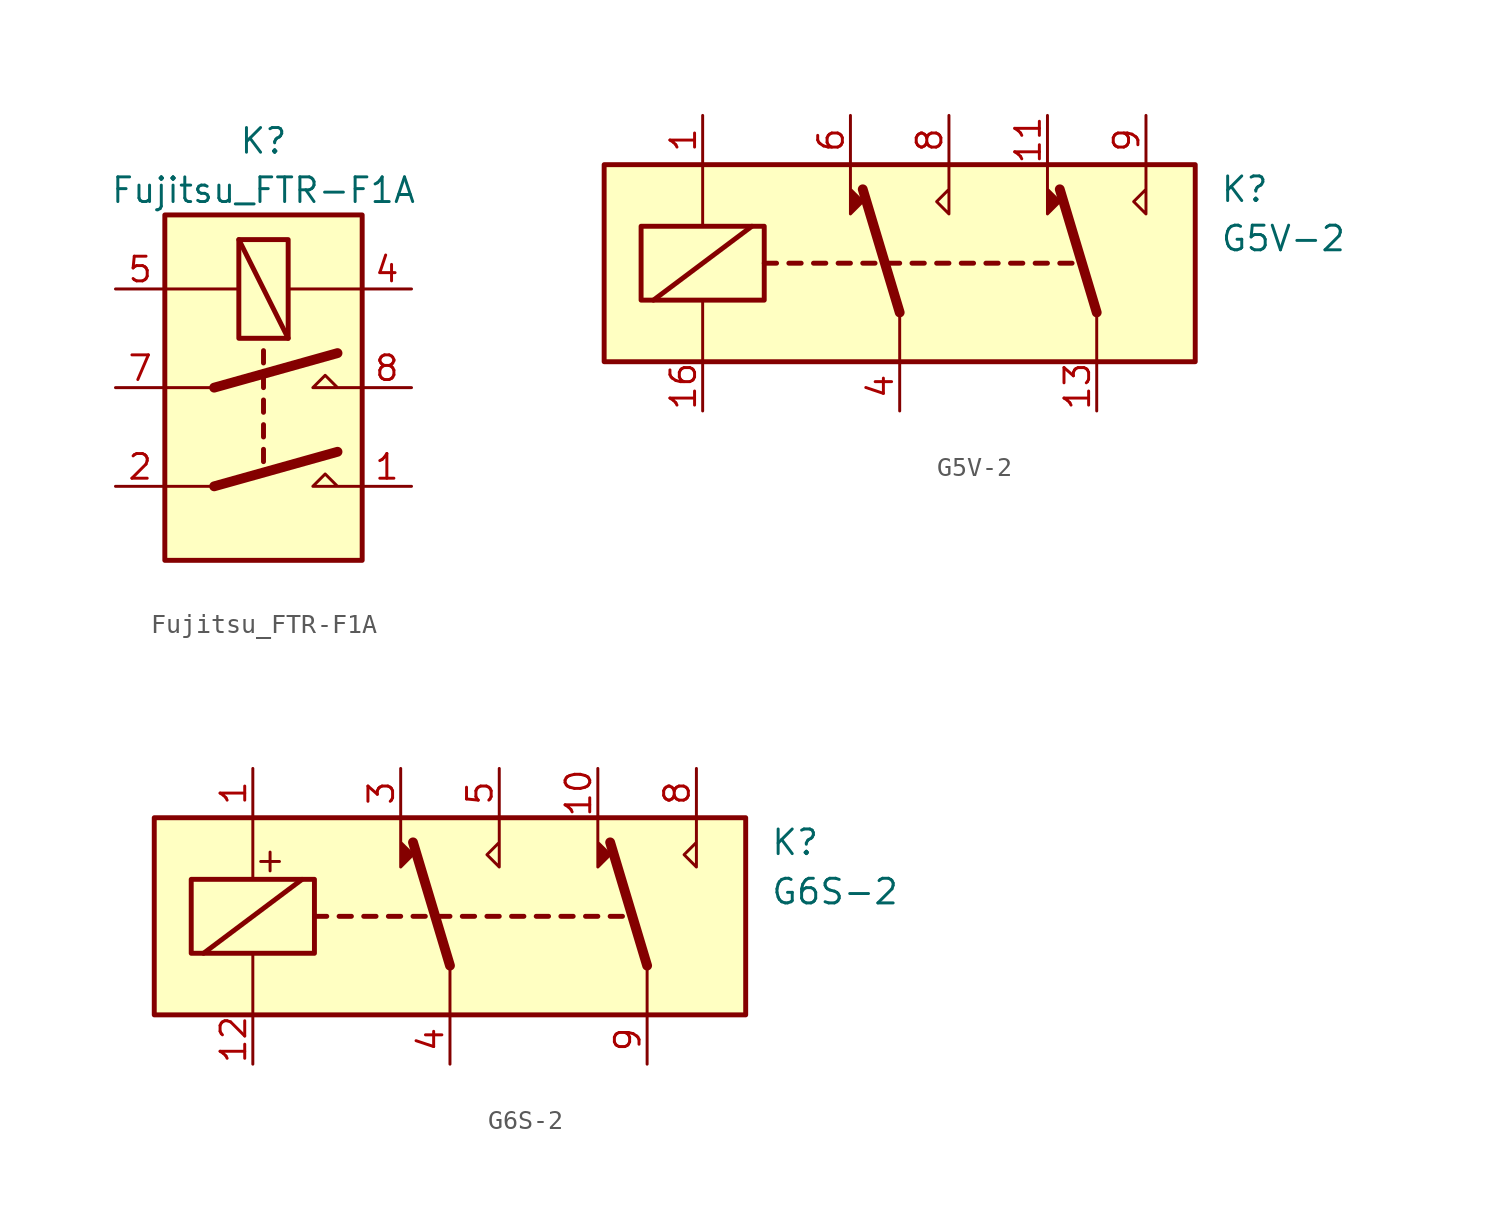
<source format=kicad_sym>
(kicad_symbol_lib
  (version 20201005)
  (generator kicad_symbol_editor)
  (symbol "Fujitsu_FTR-F1A"
    (property "Reference" "K"
      (at 0 12.7 0)
      (effects (font (size 1.27 1.27))))
    (property "Value" "Fujitsu_FTR-F1A"
      (at 0 10.16 0)
      (effects (font (size 1.27 1.27))))
    (symbol "Fujitsu_FTR-F1A_0_1"
      (rectangle (start -1.27 7.62) (end 1.27 2.54) (stroke (width 0.254)) (fill (type none)))
      (polyline (pts (xy -1.27 7.62) (xy 1.27 2.54)) (stroke (width 0.254)) (fill (type none))))
    (symbol "Fujitsu_FTR-F1A_1_1"
      (rectangle (start 5.08 8.89) (end -5.08 -8.89) (stroke (width 0.254)) (fill (type background)))
      (polyline (pts (xy -2.54 -5.08) (xy -5.08 -5.08)) (stroke (width 0)) (fill (type none)))
      (polyline (pts (xy -2.54 -5.08) (xy 3.81 -3.302)) (stroke (width 0.508)) (fill (type none)))
      (polyline (pts (xy -2.54 0) (xy -5.08 0)) (stroke (width 0)) (fill (type none)))
      (polyline (pts (xy -2.54 0) (xy 3.81 1.778)) (stroke (width 0.508)) (fill (type none)))
      (polyline (pts (xy 0 -3.175) (xy 0 -3.81)) (stroke (width 0.254)) (fill (type none)))
      (polyline (pts (xy 0 -1.905) (xy 0 -2.54)) (stroke (width 0.254)) (fill (type none)))
      (polyline (pts (xy 0 -0.635) (xy 0 -1.27)) (stroke (width 0.254)) (fill (type none)))
      (polyline (pts (xy 0 0.635) (xy 0 0)) (stroke (width 0.254)) (fill (type none)))
      (polyline (pts (xy 0 1.905) (xy 0 1.27)) (stroke (width 0.254)) (fill (type none)))
      (polyline (pts (xy 5.08 5.08) (xy 1.27 5.08)) (stroke (width 0)) (fill (type none)))
      (polyline (pts (xy -5.08 5.08) (xy -1.27 5.08) (xy -1.524 5.08)) (stroke (width 0)) (fill (type none)))
      (polyline (pts (xy 5.08 -5.08) (xy 2.54 -5.08) (xy 3.175 -4.445) (xy 3.81 -5.08)) (stroke (width 0)) (fill (type none)))
      (polyline (pts (xy 5.08 0) (xy 2.54 0) (xy 3.175 0.635) (xy 3.81 0)) (stroke (width 0)) (fill (type none)))
      (pin passive line (at 7.62 -5.08 180) (length 2.54) (name "~" (effects (font (size 1.27 1.27)))) (number "1" (effects (font (size 1.27 1.27)))))
      (pin passive line (at -7.62 -5.08 0) (length 2.54) (name "~" (effects (font (size 1.27 1.27)))) (number "2" (effects (font (size 1.27 1.27)))))
      (pin passive line (at 7.62 5.08 180) (length 2.54) (name "~" (effects (font (size 1.27 1.27)))) (number "4" (effects (font (size 1.27 1.27)))))
      (pin passive line (at -7.62 5.08 0) (length 2.54) (name "~" (effects (font (size 1.27 1.27)))) (number "5" (effects (font (size 1.27 1.27)))))
      (pin passive line (at -7.62 0 0) (length 2.54) (name "~" (effects (font (size 1.27 1.27)))) (number "7" (effects (font (size 1.27 1.27)))))
      (pin passive line (at 7.62 0 180) (length 2.54) (name "~" (effects (font (size 1.27 1.27)))) (number "8" (effects (font (size 1.27 1.27)))))))
  (symbol "G5V-2"
    (property "Reference" "K"
      (at 16.51 3.81 0)
      (effects (font (size 1.27 1.27)) (justify left)))
    (property "Value" "G5V-2"
      (at 16.51 1.27 0)
      (effects (font (size 1.27 1.27)) (justify left)))
    (symbol "G5V-2_0_1"
      (rectangle (start -13.335 1.905) (end -6.985 -1.905) (stroke (width 0.254)) (fill (type none)))
      (rectangle (start -15.24 5.08) (end 15.24 -5.08) (stroke (width 0.254)) (fill (type background)))
      (polyline (pts (xy -12.7 -1.905) (xy -7.62 1.905)) (stroke (width 0.254)) (fill (type none)))
      (polyline (pts (xy -10.16 -5.08) (xy -10.16 -1.905)) (stroke (width 0)) (fill (type none)))
      (polyline (pts (xy -10.16 5.08) (xy -10.16 1.905)) (stroke (width 0)) (fill (type none)))
      (polyline (pts (xy -6.985 0) (xy -6.35 0)) (stroke (width 0.254)) (fill (type none)))
      (polyline (pts (xy -5.715 0) (xy -5.08 0)) (stroke (width 0.254)) (fill (type none)))
      (polyline (pts (xy -4.445 0) (xy -3.81 0)) (stroke (width 0.254)) (fill (type none)))
      (polyline (pts (xy -3.175 0) (xy -2.54 0)) (stroke (width 0.254)) (fill (type none)))
      (polyline (pts (xy -1.905 0) (xy -1.27 0)) (stroke (width 0.254)) (fill (type none)))
      (polyline (pts (xy -0.635 0) (xy 0 0)) (stroke (width 0.254)) (fill (type none)))
      (polyline (pts (xy 0 -2.54) (xy -1.905 3.81)) (stroke (width 0.508)) (fill (type none)))
      (polyline (pts (xy 0 -2.54) (xy 0 -5.08)) (stroke (width 0)) (fill (type none)))
      (polyline (pts (xy 0.635 0) (xy 1.27 0)) (stroke (width 0.254)) (fill (type none)))
      (polyline (pts (xy 1.905 0) (xy 2.54 0)) (stroke (width 0.254)) (fill (type none)))
      (polyline (pts (xy 3.175 0) (xy 3.81 0)) (stroke (width 0.254)) (fill (type none)))
      (polyline (pts (xy 4.445 0) (xy 5.08 0)) (stroke (width 0.254)) (fill (type none)))
      (polyline (pts (xy 5.715 0) (xy 6.35 0)) (stroke (width 0.254)) (fill (type none)))
      (polyline (pts (xy 6.985 0) (xy 7.62 0)) (stroke (width 0.254)) (fill (type none)))
      (polyline (pts (xy 8.255 0) (xy 8.89 0)) (stroke (width 0.254)) (fill (type none)))
      (polyline (pts (xy 10.16 -2.54) (xy 8.255 3.81)) (stroke (width 0.508)) (fill (type none)))
      (polyline (pts (xy 10.16 -2.54) (xy 10.16 -5.08)) (stroke (width 0)) (fill (type none)))
      (polyline (pts (xy 2.54 5.08) (xy 2.54 2.54) (xy 1.905 3.175) (xy 2.54 3.81)) (stroke (width 0)) (fill (type none)))
      (polyline (pts (xy 12.7 5.08) (xy 12.7 2.54) (xy 12.065 3.175) (xy 12.7 3.81)) (stroke (width 0)) (fill (type none)))
      (polyline (pts (xy -2.54 5.08) (xy -2.54 2.54) (xy -1.905 3.175) (xy -2.54 3.81)) (stroke (width 0)) (fill (type outline)))
      (polyline (pts (xy 7.62 5.08) (xy 7.62 2.54) (xy 8.255 3.175) (xy 7.62 3.81)) (stroke (width 0)) (fill (type outline))))
    (symbol "G5V-2_1_1"
      (pin passive line (at -10.16 7.62 270) (length 2.54) (name "~" (effects (font (size 1.27 1.27)))) (number "1" (effects (font (size 1.27 1.27)))))
      (pin passive line (at 7.62 7.62 270) (length 2.54) (name "~" (effects (font (size 1.27 1.27)))) (number "11" (effects (font (size 1.27 1.27)))))
      (pin passive line (at 10.16 -7.62 90) (length 2.54) (name "~" (effects (font (size 1.27 1.27)))) (number "13" (effects (font (size 1.27 1.27)))))
      (pin passive line (at -10.16 -7.62 90) (length 2.54) (name "~" (effects (font (size 1.27 1.27)))) (number "16" (effects (font (size 1.27 1.27)))))
      (pin passive line (at 0 -7.62 90) (length 2.54) (name "~" (effects (font (size 1.27 1.27)))) (number "4" (effects (font (size 1.27 1.27)))))
      (pin passive line (at -2.54 7.62 270) (length 2.54) (name "~" (effects (font (size 1.27 1.27)))) (number "6" (effects (font (size 1.27 1.27)))))
      (pin passive line (at 2.54 7.62 270) (length 2.54) (name "~" (effects (font (size 1.27 1.27)))) (number "8" (effects (font (size 1.27 1.27)))))
      (pin passive line (at 12.7 7.62 270) (length 2.54) (name "~" (effects (font (size 1.27 1.27)))) (number "9" (effects (font (size 1.27 1.27)))))))
  (symbol "G6S-2"
    (property "Reference" "K"
      (at 16.51 3.81 0)
      (effects (font (size 1.27 1.27)) (justify left)))
    (property "Value" "G6S-2"
      (at 16.51 1.27 0)
      (effects (font (size 1.27 1.27)) (justify left)))
    (symbol "G6S-2_0_0"
      (text "+" (at -9.271 2.921 0) (effects (font (size 1.27 1.27)))))
    (symbol "G6S-2_0_1"
      (rectangle (start -13.335 1.905) (end -6.985 -1.905) (stroke (width 0.254)) (fill (type none)))
      (rectangle (start -15.24 5.08) (end 15.24 -5.08) (stroke (width 0.254)) (fill (type background)))
      (polyline (pts (xy -12.7 -1.905) (xy -7.62 1.905)) (stroke (width 0.254)) (fill (type none)))
      (polyline (pts (xy -10.16 -5.08) (xy -10.16 -1.905)) (stroke (width 0)) (fill (type none)))
      (polyline (pts (xy -10.16 5.08) (xy -10.16 1.905)) (stroke (width 0)) (fill (type none)))
      (polyline (pts (xy -6.985 0) (xy -6.35 0)) (stroke (width 0.254)) (fill (type none)))
      (polyline (pts (xy -5.715 0) (xy -5.08 0)) (stroke (width 0.254)) (fill (type none)))
      (polyline (pts (xy -4.445 0) (xy -3.81 0)) (stroke (width 0.254)) (fill (type none)))
      (polyline (pts (xy -3.175 0) (xy -2.54 0)) (stroke (width 0.254)) (fill (type none)))
      (polyline (pts (xy -1.905 0) (xy -1.27 0)) (stroke (width 0.254)) (fill (type none)))
      (polyline (pts (xy -0.635 0) (xy 0 0)) (stroke (width 0.254)) (fill (type none)))
      (polyline (pts (xy 0 -2.54) (xy -1.905 3.81)) (stroke (width 0.508)) (fill (type none)))
      (polyline (pts (xy 0 -2.54) (xy 0 -5.08)) (stroke (width 0)) (fill (type none)))
      (polyline (pts (xy 0.635 0) (xy 1.27 0)) (stroke (width 0.254)) (fill (type none)))
      (polyline (pts (xy 1.905 0) (xy 2.54 0)) (stroke (width 0.254)) (fill (type none)))
      (polyline (pts (xy 3.175 0) (xy 3.81 0)) (stroke (width 0.254)) (fill (type none)))
      (polyline (pts (xy 4.445 0) (xy 5.08 0)) (stroke (width 0.254)) (fill (type none)))
      (polyline (pts (xy 5.715 0) (xy 6.35 0)) (stroke (width 0.254)) (fill (type none)))
      (polyline (pts (xy 6.985 0) (xy 7.62 0)) (stroke (width 0.254)) (fill (type none)))
      (polyline (pts (xy 8.255 0) (xy 8.89 0)) (stroke (width 0.254)) (fill (type none)))
      (polyline (pts (xy 10.16 -2.54) (xy 8.255 3.81)) (stroke (width 0.508)) (fill (type none)))
      (polyline (pts (xy 10.16 -2.54) (xy 10.16 -5.08)) (stroke (width 0)) (fill (type none)))
      (polyline (pts (xy 2.54 5.08) (xy 2.54 2.54) (xy 1.905 3.175) (xy 2.54 3.81)) (stroke (width 0)) (fill (type none)))
      (polyline (pts (xy 12.7 5.08) (xy 12.7 2.54) (xy 12.065 3.175) (xy 12.7 3.81)) (stroke (width 0)) (fill (type none)))
      (polyline (pts (xy -2.54 5.08) (xy -2.54 2.54) (xy -1.905 3.175) (xy -2.54 3.81)) (stroke (width 0)) (fill (type outline)))
      (polyline (pts (xy 7.62 5.08) (xy 7.62 2.54) (xy 8.255 3.175) (xy 7.62 3.81)) (stroke (width 0)) (fill (type outline))))
    (symbol "G6S-2_1_1"
      (pin passive line (at -10.16 7.62 270) (length 2.54) (name "~" (effects (font (size 1.27 1.27)))) (number "1" (effects (font (size 1.27 1.27)))))
      (pin passive line (at 7.62 7.62 270) (length 2.54) (name "~" (effects (font (size 1.27 1.27)))) (number "10" (effects (font (size 1.27 1.27)))))
      (pin passive line (at -10.16 -7.62 90) (length 2.54) (name "~" (effects (font (size 1.27 1.27)))) (number "12" (effects (font (size 1.27 1.27)))))
      (pin passive line (at -2.54 7.62 270) (length 2.54) (name "~" (effects (font (size 1.27 1.27)))) (number "3" (effects (font (size 1.27 1.27)))))
      (pin passive line (at 0 -7.62 90) (length 2.54) (name "~" (effects (font (size 1.27 1.27)))) (number "4" (effects (font (size 1.27 1.27)))))
      (pin passive line (at 2.54 7.62 270) (length 2.54) (name "~" (effects (font (size 1.27 1.27)))) (number "5" (effects (font (size 1.27 1.27)))))
      (pin passive line (at 12.7 7.62 270) (length 2.54) (name "~" (effects (font (size 1.27 1.27)))) (number "8" (effects (font (size 1.27 1.27)))))
      (pin passive line (at 10.16 -7.62 90) (length 2.54) (name "~" (effects (font (size 1.27 1.27)))) (number "9" (effects (font (size 1.27 1.27))))))))
</source>
